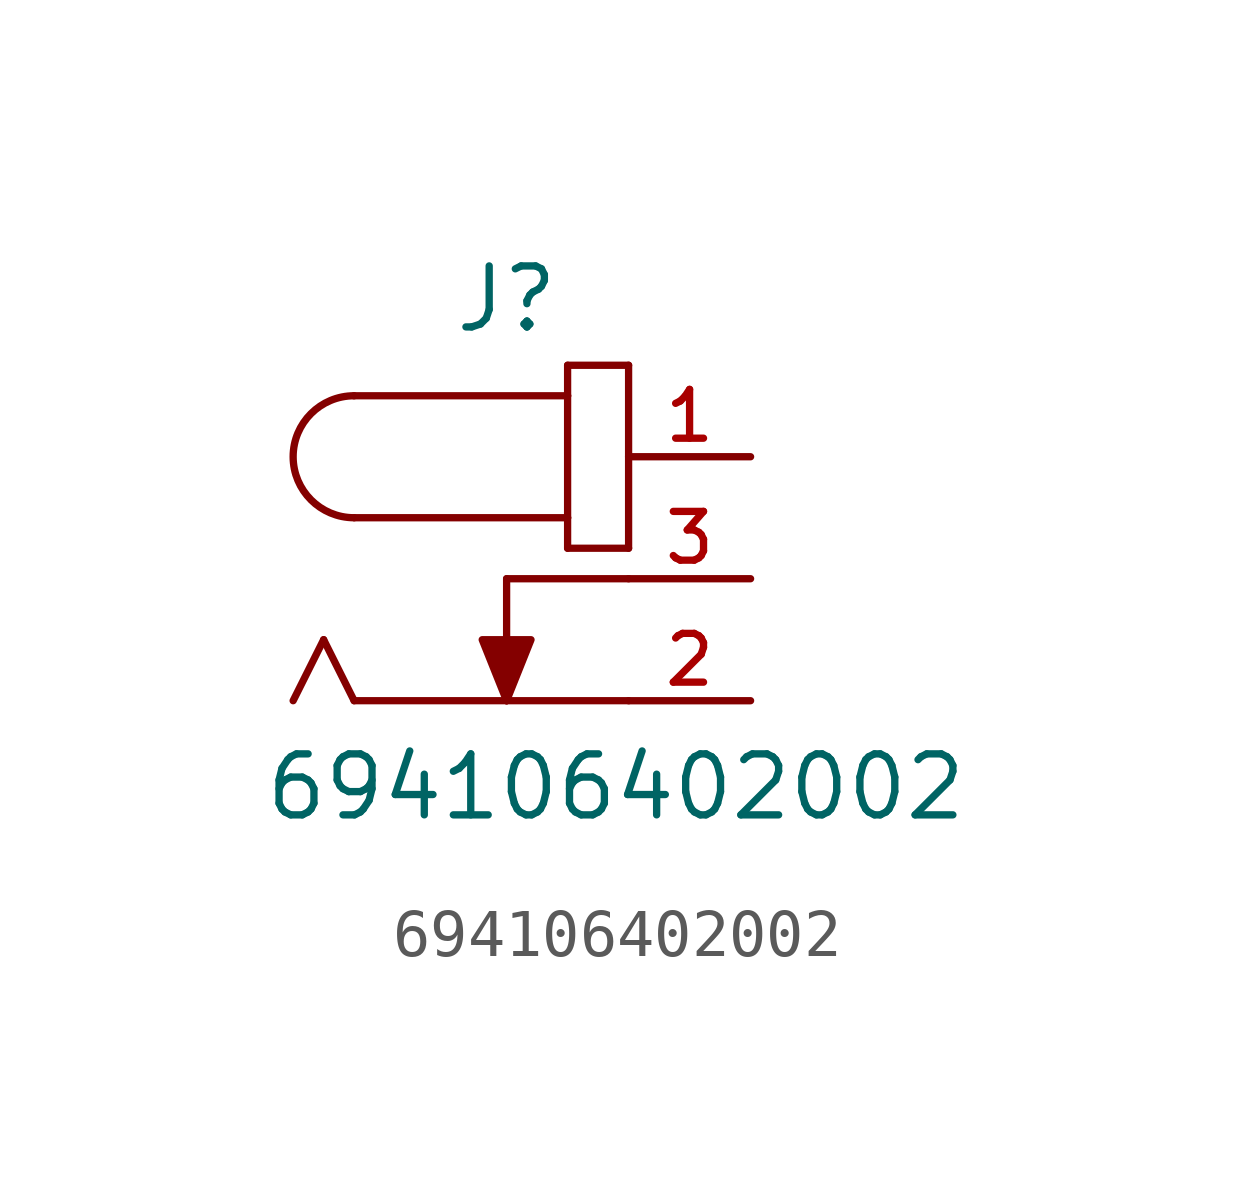
<source format=kicad_sym>
(kicad_symbol_lib
  (version 20211014)
  (generator kicad_symbol_editor)
  (symbol "694106402002"
    (pin_names
      (offset 1.016))
    (property "Reference" "J"
      (at 0.0 2.54 0)
      (effects (font (size 1.27 1.27)) (justify bottom)))
    (property "Value" "694106402002"
      (at -5.08 -7.62 0)
      (effects (font (size 1.27 1.27)) (justify bottom left)))
    (symbol "694106402002_0_0"
      (arc (start -3.175 1.27) (mid -4.445 -0.0) (end -3.175 -1.27) (stroke (width 0.1524) (type default) (color 0 0 0 0)) (fill (type none)))
      (polyline (pts (xy -3.175 1.27) (xy 1.27 1.27)) (stroke (width 0.152)))
      (polyline (pts (xy 1.27 1.27) (xy 1.27 -1.27)) (stroke (width 0.152)))
      (polyline (pts (xy 1.27 -1.27) (xy -3.175 -1.27)) (stroke (width 0.152)))
      (polyline (pts (xy 1.27 -1.27) (xy 1.27 -1.905)) (stroke (width 0.152)))
      (polyline (pts (xy 1.27 -1.905) (xy 2.54 -1.905)) (stroke (width 0.152)))
      (polyline (pts (xy 2.54 -1.905) (xy 2.54 1.905)) (stroke (width 0.152)))
      (polyline (pts (xy 2.54 1.905) (xy 1.27 1.905)) (stroke (width 0.152)))
      (polyline (pts (xy 1.27 1.905) (xy 1.27 1.27)) (stroke (width 0.152)))
      (polyline (pts (xy 0.0 -5.08) (xy -3.175 -5.08)) (stroke (width 0.152)))
      (polyline (pts (xy -3.175 -5.08) (xy -3.81 -3.81)) (stroke (width 0.152)))
      (polyline (pts (xy -3.81 -3.81) (xy -4.445 -5.08)) (stroke (width 0.152)))
      (polyline (pts (xy 0.0 -2.54) (xy 0.0 -5.08)) (stroke (width 0.152)))
      (polyline (pts (xy 2.54 -5.08) (xy 0.0 -5.08)) (stroke (width 0.152)))
      (polyline (pts (xy 0.0 -2.54) (xy 2.54 -2.54)) (stroke (width 0.152)))
      (polyline (pts (xy 0.0 -5.08) (xy -0.508 -3.81) (xy 0.508 -3.81) (xy 0.0 -5.08)) (stroke (width 0.152)) (fill (type outline)))
      (pin passive line (at 5.08 0.0 180.0) (length 2.54) (name "~" (effects (font (size 1.016 1.016)))) (number "1" (effects (font (size 1.016 1.016)))))
      (pin passive line (at 5.08 -5.08 180.0) (length 2.54) (name "~" (effects (font (size 1.016 1.016)))) (number "2" (effects (font (size 1.016 1.016)))))
      (pin passive line (at 5.08 -2.54 180.0) (length 2.54) (name "~" (effects (font (size 1.016 1.016)))) (number "3" (effects (font (size 1.016 1.016))))))))
</source>
